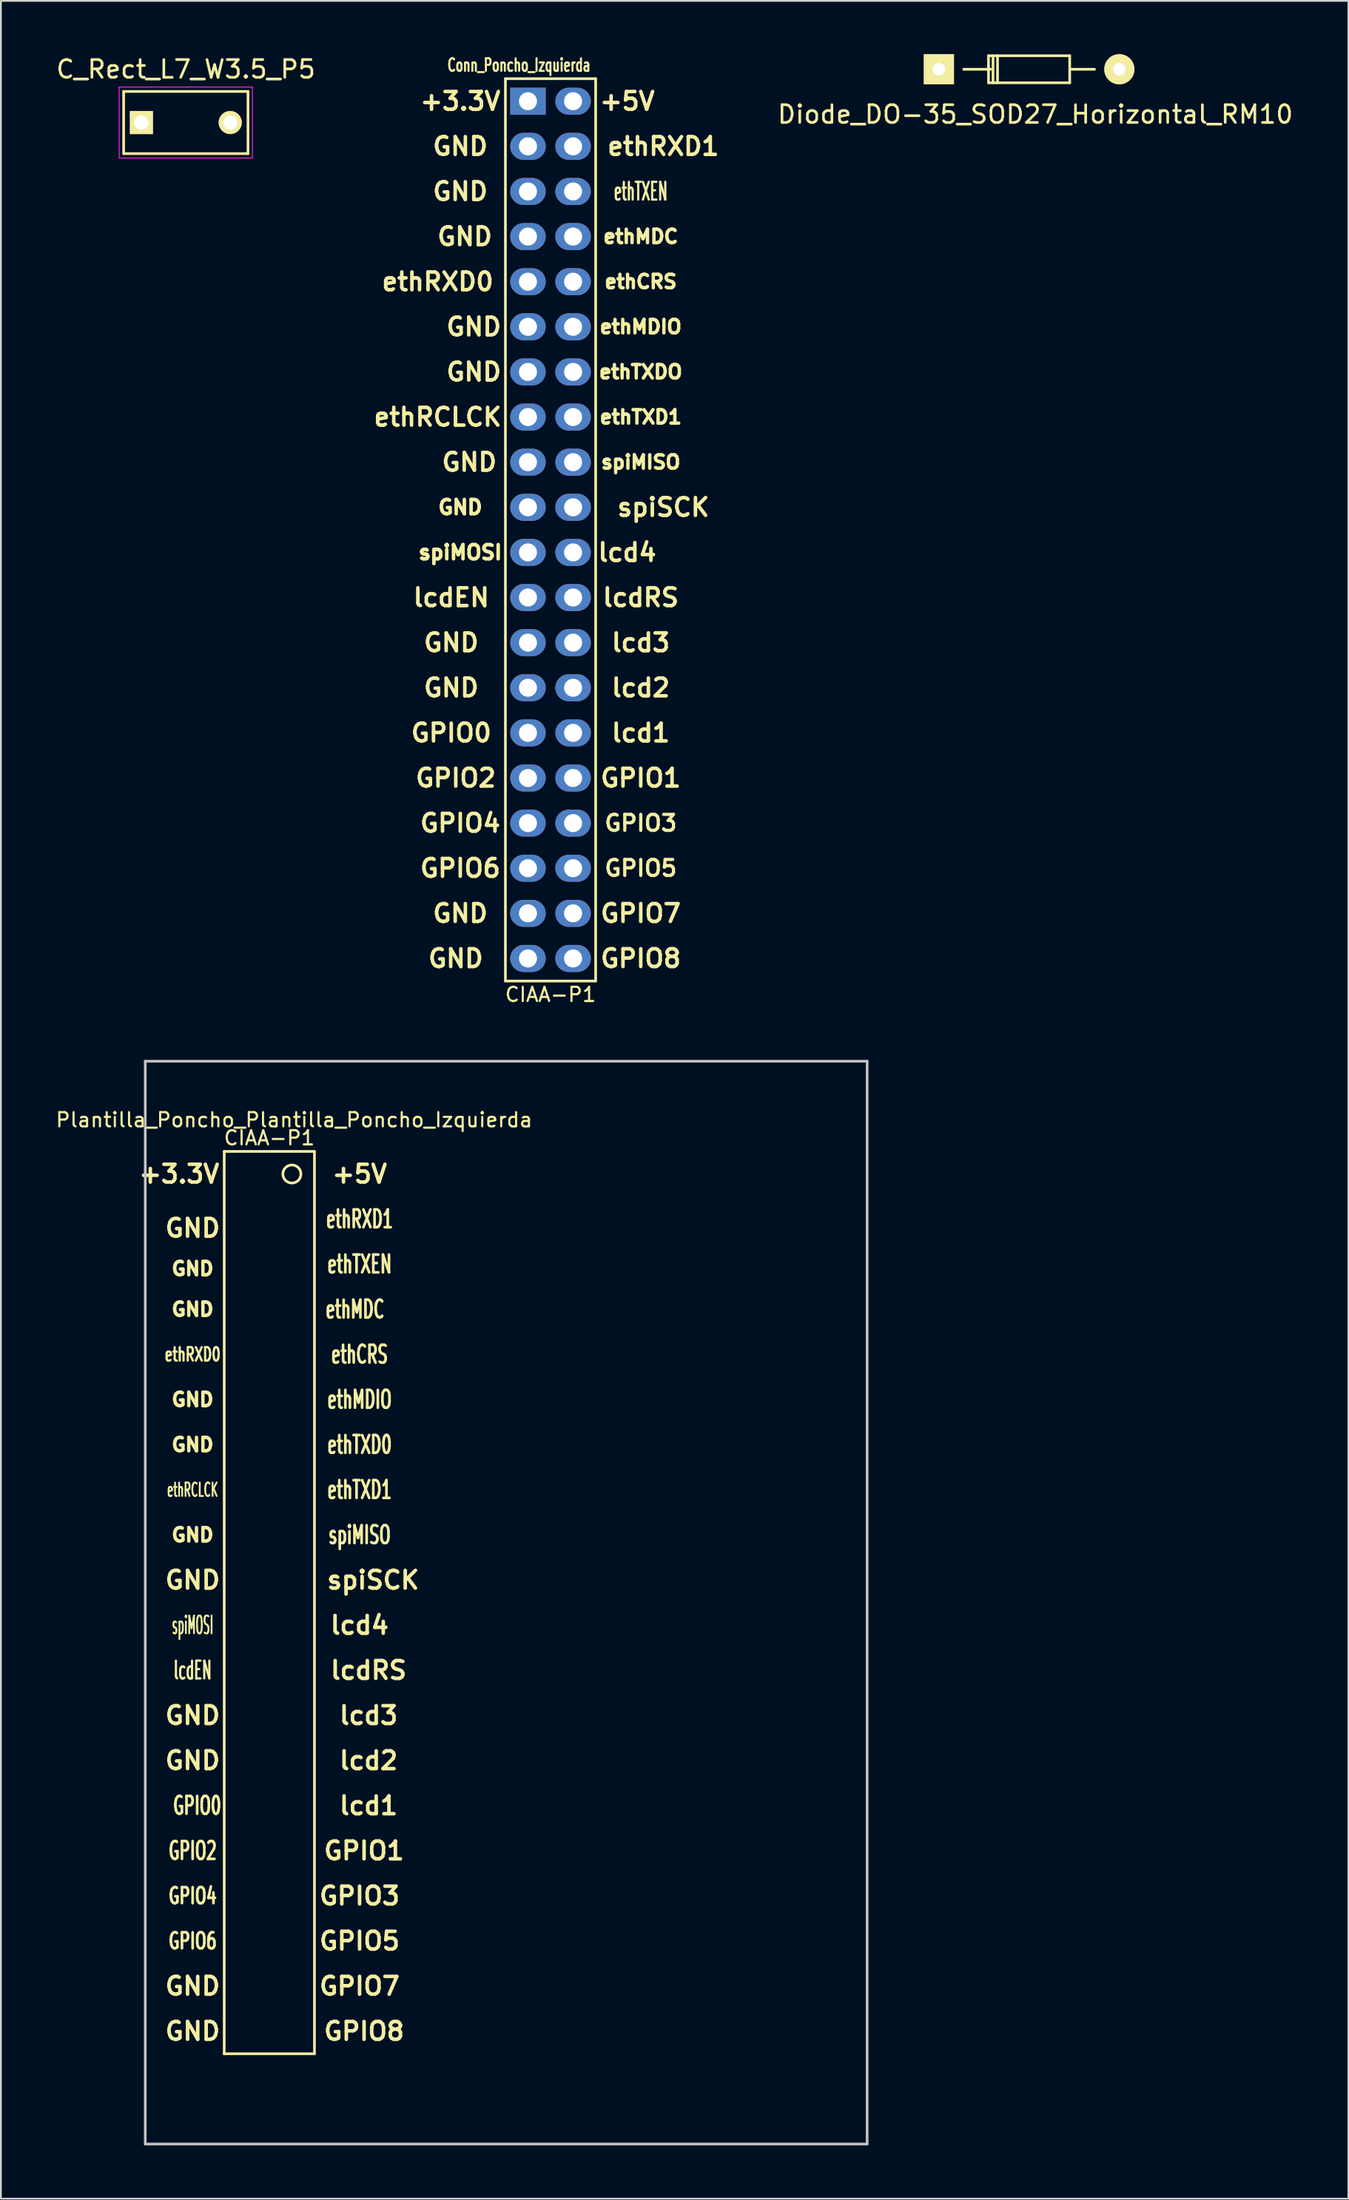
<source format=kicad_pcb>
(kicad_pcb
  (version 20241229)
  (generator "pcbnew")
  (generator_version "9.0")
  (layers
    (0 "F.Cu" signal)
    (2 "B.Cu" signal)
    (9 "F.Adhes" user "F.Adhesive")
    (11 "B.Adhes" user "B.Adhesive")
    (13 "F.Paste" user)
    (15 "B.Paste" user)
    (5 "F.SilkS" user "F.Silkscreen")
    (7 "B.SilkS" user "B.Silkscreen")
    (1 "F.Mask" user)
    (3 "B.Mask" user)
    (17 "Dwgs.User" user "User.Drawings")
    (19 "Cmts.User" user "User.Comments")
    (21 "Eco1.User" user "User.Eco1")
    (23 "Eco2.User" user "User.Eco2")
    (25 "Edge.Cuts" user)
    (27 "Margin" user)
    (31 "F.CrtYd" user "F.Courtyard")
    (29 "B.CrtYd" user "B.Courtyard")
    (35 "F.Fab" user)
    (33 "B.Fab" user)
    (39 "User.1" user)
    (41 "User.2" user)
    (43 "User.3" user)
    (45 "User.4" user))
  (footprint "Diode_DO-35_SOD27_Horizontal_RM10"
    (layer "F.Cu")
    (at 49.806 0.852)
    (property "Reference" "Diode_DO-35_SOD27_Horizontal_RM10" (at 5.431 2.537 0) (layer "F.SilkS") (effects (font (size 1 1) (thickness 0.15))))
    (attr through_hole)
    (fp_line (start 2.795 -0.765) (end 2.795 -0.003) (stroke (width 0.15) (type solid)) (layer "F.SilkS"))
    (fp_line (start 2.795 -0.003) (end 2.795 0.759) (stroke (width 0.15) (type solid)) (layer "F.SilkS"))
    (fp_line (start 2.795 0.759) (end 7.367 0.759) (stroke (width 0.15) (type solid)) (layer "F.SilkS"))
    (fp_line (start 2.922 -0.003) (end 1.398 -0.003) (stroke (width 0.15) (type solid)) (layer "F.SilkS"))
    (fp_line (start 3.049 -0.765) (end 3.049 0.759) (stroke (width 0.15) (type solid)) (layer "F.SilkS"))
    (fp_line (start 3.303 -0.765) (end 3.303 0.759) (stroke (width 0.15) (type solid)) (layer "F.SilkS"))
    (fp_line (start 7.367 -0.765) (end 2.795 -0.765) (stroke (width 0.15) (type solid)) (layer "F.SilkS"))
    (fp_line (start 7.367 -0.003) (end 8.764 -0.003) (stroke (width 0.15) (type solid)) (layer "F.SilkS"))
    (fp_line (start 7.367 0.759) (end 7.367 -0.765) (stroke (width 0.15) (type solid)) (layer "F.SilkS"))
    (pad "1" thru_hole rect (at 0.001 -0.003 180) (size 1.699 1.699) (drill 0.701) (layers "*.Cu" "*.Mask" "F.SilkS"))
    (pad "2" thru_hole circle (at 10.161 -0.003 180) (size 1.699 1.699) (drill 0.701) (layers "*.Cu" "*.Mask" "F.SilkS")))
  (footprint "Conn_Poncho_Izquierda"
    (layer "F.Cu")
    (at 26.673 2.649)
    (property "Reference" "Conn_Poncho_Izquierda" (at -0.508 -2.032 0) (layer "F.SilkS") (effects (font (size 0.711 0.457) (thickness 0.114))))
    (attr through_hole)
    (fp_line (start -1.27 49.53) (end -1.27 -1.27) (stroke (width 0.15) (type solid)) (layer "F.SilkS"))
    (fp_line (start 3.81 -1.27) (end -1.27 -1.27) (stroke (width 0.15) (type solid)) (layer "F.SilkS"))
    (fp_line (start 3.81 49.53) (end -1.27 49.53) (stroke (width 0.15) (type solid)) (layer "F.SilkS"))
    (fp_line (start 3.81 49.53) (end 3.81 -1.27) (stroke (width 0.15) (type solid)) (layer "F.SilkS"))
    (fp_text user "GND" (at -3.302 20.32 0) (layer "F.SilkS") (effects (font (size 1 1) (thickness 0.2))))
    (fp_text user "spiSCK" (at 7.62 22.86 0) (layer "F.SilkS") (effects (font (size 1 1) (thickness 0.2))))
    (fp_text user "ethMDC" (at 6.35 7.62 0) (layer "F.SilkS") (effects (font (size 0.76 0.76) (thickness 0.19))))
    (fp_text user "ethRCLCK" (at -5.08 17.78 0) (layer "F.SilkS") (effects (font (size 1 1) (thickness 0.2))))
    (fp_text user "ethCRS" (at 6.35 10.16 0) (layer "F.SilkS") (effects (font (size 0.76 0.76) (thickness 0.19))))
    (fp_text user "GND" (at -3.556 7.62 0) (layer "F.SilkS") (effects (font (size 1 1) (thickness 0.2))))
    (fp_text user "ethTXEN" (at 6.35 5.08 0) (layer "F.SilkS") (effects (font (size 1 0.5) (thickness 0.125))))
    (fp_text user "GND" (at -3.048 15.24 0) (layer "F.SilkS") (effects (font (size 1 1) (thickness 0.2))))
    (fp_text user "CIAA-P1" (at 1.27 50.292 0) (layer "F.SilkS") (effects (font (size 0.8 0.8) (thickness 0.12))))
    (fp_text user "lcdEN" (at -4.318 27.94 0) (layer "F.SilkS") (effects (font (size 1 1) (thickness 0.2))))
    (fp_text user "spiMISO" (at 6.35 20.32 0) (layer "F.SilkS") (effects (font (size 0.76 0.76) (thickness 0.19))))
    (fp_text user "+3.3V" (at -3.81 0 0) (layer "F.SilkS") (effects (font (size 1 1) (thickness 0.2))))
    (fp_text user "GPIO3" (at 6.35 40.64 0) (layer "F.SilkS") (effects (font (size 0.9 0.9) (thickness 0.18))))
    (fp_text user "ethTXDO" (at 6.35 15.24 0) (layer "F.SilkS") (effects (font (size 0.76 0.76) (thickness 0.19))))
    (fp_text user "GPIO1" (at 6.35 38.1 0) (layer "F.SilkS") (effects (font (size 1 1) (thickness 0.2))))
    (fp_text user "GND" (at -4.064 48.26 0) (layer "F.SilkS") (effects (font (size 1 1) (thickness 0.2))))
    (fp_text user "GPIO7" (at 6.35 45.72 0) (layer "F.SilkS") (effects (font (size 1 1) (thickness 0.2))))
    (fp_text user "+5V" (at 5.588 0 0) (layer "F.SilkS") (effects (font (size 1 1) (thickness 0.2))))
    (fp_text user "GND" (at -3.81 45.72 0) (layer "F.SilkS") (effects (font (size 1 1) (thickness 0.2))))
    (fp_text user "GPIO5" (at 6.35 43.18 0) (layer "F.SilkS") (effects (font (size 0.9 0.9) (thickness 0.18))))
    (fp_text user "GPIO6" (at -3.81 43.18 0) (layer "F.SilkS") (effects (font (size 1 1) (thickness 0.2))))
    (fp_text user "lcdRS" (at 6.35 27.94 0) (layer "F.SilkS") (effects (font (size 1 1) (thickness 0.2))))
    (fp_text user "ethMDIO" (at 6.35 12.7 0) (layer "F.SilkS") (effects (font (size 0.76 0.76) (thickness 0.19))))
    (fp_text user "GND" (at -4.318 33.02 0) (layer "F.SilkS") (effects (font (size 1 1) (thickness 0.2))))
    (fp_text user "ethRXD1" (at 7.62 2.54 0) (layer "F.SilkS") (effects (font (size 1 1) (thickness 0.2))))
    (fp_text user "lcd1" (at 6.35 35.56 0) (layer "F.SilkS") (effects (font (size 1 1) (thickness 0.2))))
    (fp_text user "GND" (at -3.81 22.86 0) (layer "F.SilkS") (effects (font (size 0.8 0.8) (thickness 0.2))))
    (fp_text user "spiMOSI" (at -3.81 25.4 0) (layer "F.SilkS") (effects (font (size 0.8 0.8) (thickness 0.2))))
    (fp_text user "GND" (at -3.048 12.7 0) (layer "F.SilkS") (effects (font (size 1 1) (thickness 0.2))))
    (fp_text user "GND" (at -3.81 5.08 0) (layer "F.SilkS") (effects (font (size 1 1) (thickness 0.2))))
    (fp_text user "ethRXD0" (at -5.08 10.16 0) (layer "F.SilkS") (effects (font (size 1 1) (thickness 0.2))))
    (fp_text user "GPIO2" (at -4.064 38.1 0) (layer "F.SilkS") (effects (font (size 1 1) (thickness 0.2))))
    (fp_text user "GPIO0" (at -4.318 35.56 0) (layer "F.SilkS") (effects (font (size 1 1) (thickness 0.2))))
    (fp_text user "GND" (at -4.318 30.48 0) (layer "F.SilkS") (effects (font (size 1 1) (thickness 0.2))))
    (fp_text user "GPIO4" (at -3.81 40.64 0) (layer "F.SilkS") (effects (font (size 1 1) (thickness 0.2))))
    (fp_text user "lcd2" (at 6.35 33.02 0) (layer "F.SilkS") (effects (font (size 1 1) (thickness 0.2))))
    (fp_text user "lcd4" (at 5.588 25.4 0) (layer "F.SilkS") (effects (font (size 1 1) (thickness 0.2))))
    (fp_text user "GPIO8" (at 6.35 48.26 0) (layer "F.SilkS") (effects (font (size 1 1) (thickness 0.2))))
    (fp_text user "lcd3" (at 6.35 30.48 0) (layer "F.SilkS") (effects (font (size 1 1) (thickness 0.2))))
    (fp_text user "GND" (at -3.81 2.54 0) (layer "F.SilkS") (effects (font (size 1 1) (thickness 0.2))))
    (fp_text user "ethTXD1" (at 6.35 17.78 0) (layer "F.SilkS") (effects (font (size 0.76 0.76) (thickness 0.19))))
    (pad "1" thru_hole rect (at 0 0 270) (size 1.524 2) (drill 1.016) (layers "*.Cu" "*.Mask"))
    (pad "2" thru_hole oval (at 2.54 0 270) (size 1.524 2) (drill 1.016) (layers "*.Cu" "*.Mask"))
    (pad "3" thru_hole oval (at 0 2.54 270) (size 1.524 2) (drill 1.016) (layers "*.Cu" "*.Mask"))
    (pad "4" thru_hole oval (at 2.54 2.54 270) (size 1.524 2) (drill 1.016) (layers "*.Cu" "*.Mask"))
    (pad "5" thru_hole oval (at 0 5.08 270) (size 1.524 2) (drill 1.016) (layers "*.Cu" "*.Mask"))
    (pad "6" thru_hole oval (at 2.54 5.08 270) (size 1.524 2) (drill 1.016) (layers "*.Cu" "*.Mask"))
    (pad "7" thru_hole oval (at 0 7.62 270) (size 1.524 2) (drill 1.016) (layers "*.Cu" "*.Mask"))
    (pad "8" thru_hole oval (at 2.54 7.62 270) (size 1.524 2) (drill 1.016) (layers "*.Cu" "*.Mask"))
    (pad "9" thru_hole oval (at 0 10.16 270) (size 1.524 2) (drill 1.016) (layers "*.Cu" "*.Mask"))
    (pad "10" thru_hole oval (at 2.54 10.16 270) (size 1.524 2) (drill 1.016) (layers "*.Cu" "*.Mask"))
    (pad "11" thru_hole oval (at 0 12.7 270) (size 1.524 2) (drill 1.016) (layers "*.Cu" "*.Mask"))
    (pad "12" thru_hole oval (at 2.54 12.7 270) (size 1.524 2) (drill 1.016) (layers "*.Cu" "*.Mask"))
    (pad "13" thru_hole oval (at 0 15.24 270) (size 1.524 2) (drill 1.016) (layers "*.Cu" "*.Mask"))
    (pad "14" thru_hole oval (at 2.54 15.24 270) (size 1.524 2) (drill 1.016) (layers "*.Cu" "*.Mask"))
    (pad "15" thru_hole oval (at 0 17.78 270) (size 1.524 2) (drill 1.016) (layers "*.Cu" "*.Mask"))
    (pad "16" thru_hole oval (at 2.54 17.78 270) (size 1.524 2) (drill 1.016) (layers "*.Cu" "*.Mask"))
    (pad "17" thru_hole oval (at 0 20.32 270) (size 1.524 2) (drill 1.016) (layers "*.Cu" "*.Mask"))
    (pad "18" thru_hole oval (at 2.54 20.32 270) (size 1.524 2) (drill 1.016) (layers "*.Cu" "*.Mask"))
    (pad "19" thru_hole oval (at 0 22.86 270) (size 1.524 2) (drill 1.016) (layers "*.Cu" "*.Mask"))
    (pad "20" thru_hole oval (at 2.54 22.86 270) (size 1.524 2) (drill 1.016) (layers "*.Cu" "*.Mask"))
    (pad "21" thru_hole oval (at 0 25.4 270) (size 1.524 2) (drill 1.016) (layers "*.Cu" "*.Mask"))
    (pad "22" thru_hole oval (at 2.54 25.4 270) (size 1.524 2) (drill 1.016) (layers "*.Cu" "*.Mask"))
    (pad "23" thru_hole oval (at 0 27.94 270) (size 1.524 2) (drill 1.016) (layers "*.Cu" "*.Mask"))
    (pad "24" thru_hole oval (at 2.54 27.94 270) (size 1.524 2) (drill 1.016) (layers "*.Cu" "*.Mask"))
    (pad "25" thru_hole oval (at 0 30.48 270) (size 1.524 2) (drill 1.016) (layers "*.Cu" "*.Mask"))
    (pad "26" thru_hole oval (at 2.54 30.48 270) (size 1.524 2) (drill 1.016) (layers "*.Cu" "*.Mask"))
    (pad "27" thru_hole oval (at 0 33.02 270) (size 1.524 2) (drill 1.016) (layers "*.Cu" "*.Mask"))
    (pad "28" thru_hole oval (at 2.54 33.02 270) (size 1.524 2) (drill 1.016) (layers "*.Cu" "*.Mask"))
    (pad "29" thru_hole oval (at 0 35.56 270) (size 1.524 2) (drill 1.016) (layers "*.Cu" "*.Mask"))
    (pad "30" thru_hole oval (at 2.54 35.56 270) (size 1.524 2) (drill 1.016) (layers "*.Cu" "*.Mask"))
    (pad "31" thru_hole oval (at 0 38.1 270) (size 1.524 2) (drill 1.016) (layers "*.Cu" "*.Mask"))
    (pad "32" thru_hole oval (at 2.54 38.1 270) (size 1.524 2) (drill 1.016) (layers "*.Cu" "*.Mask"))
    (pad "33" thru_hole oval (at 0 40.64 270) (size 1.524 2) (drill 1.016) (layers "*.Cu" "*.Mask"))
    (pad "34" thru_hole oval (at 2.54 40.64 270) (size 1.524 2) (drill 1.016) (layers "*.Cu" "*.Mask"))
    (pad "35" thru_hole oval (at 0 43.18 270) (size 1.524 2) (drill 1.016) (layers "*.Cu" "*.Mask"))
    (pad "36" thru_hole oval (at 2.54 43.18 270) (size 1.524 2) (drill 1.016) (layers "*.Cu" "*.Mask"))
    (pad "37" thru_hole oval (at 0 45.72 270) (size 1.524 2) (drill 1.016) (layers "*.Cu" "*.Mask"))
    (pad "38" thru_hole oval (at 2.54 45.72 270) (size 1.524 2) (drill 1.016) (layers "*.Cu" "*.Mask"))
    (pad "39" thru_hole oval (at 0 48.26 270) (size 1.524 2) (drill 1.016) (layers "*.Cu" "*.Mask"))
    (pad "40" thru_hole oval (at 2.54 48.26 270) (size 1.524 2) (drill 1.016) (layers "*.Cu" "*.Mask")))
  (footprint "Plantilla_Poncho_Plantilla_Poncho_Izquierda"
    (layer "F.Cu")
    (at 12.113 65.584)
    (property "Reference" "Plantilla_Poncho_Plantilla_Poncho_Izquierda" (at 1.397 -5.588 0) (layer "F.SilkS") (effects (font (size 0.8 0.8) (thickness 0.12))))
    (attr through_hole)
    (fp_line (start -2.54 -3.81) (end 2.54 -3.81) (stroke (width 0.15) (type solid)) (layer "F.SilkS"))
    (fp_line (start -2.54 46.99) (end -2.54 -3.81) (stroke (width 0.15) (type solid)) (layer "F.SilkS"))
    (fp_line (start -2.54 46.99) (end 2.54 46.99) (stroke (width 0.15) (type solid)) (layer "F.SilkS"))
    (fp_line (start 2.54 46.99) (end 2.54 -3.81) (stroke (width 0.15) (type solid)) (layer "F.SilkS"))
    (fp_circle (center 1.27 -2.54) (end 0.762 -2.54) (stroke (width 0.15) (type solid)) (fill no) (layer "F.SilkS"))
    (fp_line (start -6.985 52.07) (end -6.985 -8.89) (stroke (width 0.15) (type solid)) (layer "Dwgs.User"))
    (fp_line (start 33.655 -8.89) (end -6.985 -8.89) (stroke (width 0.15) (type solid)) (layer "Dwgs.User"))
    (fp_line (start 33.655 52.07) (end -6.985 52.07) (stroke (width 0.15) (type solid)) (layer "Dwgs.User"))
    (fp_line (start 33.655 52.07) (end 33.655 -8.89) (stroke (width 0.15) (type solid)) (layer "Dwgs.User"))
    (fp_text user "GND" (at -4.318 17.78 0) (layer "F.SilkS") (effects (font (size 0.76 0.76) (thickness 0.19))))
    (fp_text user "lcd4" (at 5.08 22.86 0) (layer "F.SilkS") (effects (font (size 1 1) (thickness 0.2))))
    (fp_text user "+3.3V" (at -5.08 -2.54 0) (layer "F.SilkS") (effects (font (size 1 1) (thickness 0.2))))
    (fp_text user "GND" (at -4.318 20.32 0) (layer "F.SilkS") (effects (font (size 1 1) (thickness 0.2))))
    (fp_text user "ethRXD1" (at 5.08 0 0) (layer "F.SilkS") (effects (font (size 1 0.6) (thickness 0.15))))
    (fp_text user "GPIO4" (at -4.318 38.1 0) (layer "F.SilkS") (effects (font (size 0.9 0.6) (thickness 0.15))))
    (fp_text user "spiSCK" (at 5.842 20.32 0) (layer "F.SilkS") (effects (font (size 1 1) (thickness 0.2))))
    (fp_text user "GND" (at -4.318 43.18 0) (layer "F.SilkS") (effects (font (size 1 1) (thickness 0.2))))
    (fp_text user "+5V" (at 5.08 -2.54 0) (layer "F.SilkS") (effects (font (size 1 1) (thickness 0.2))))
    (fp_text user "ethTXEN" (at 5.08 2.54 0) (layer "F.SilkS") (effects (font (size 1 0.6) (thickness 0.15))))
    (fp_text user "CIAA-P1" (at 0 -4.572 0) (layer "F.SilkS") (effects (font (size 0.8 0.8) (thickness 0.12))))
    (fp_text user "GND" (at -4.318 27.94 0) (layer "F.SilkS") (effects (font (size 1 1) (thickness 0.2))))
    (fp_text user "GPIO6" (at -4.318 40.64 0) (layer "F.SilkS") (effects (font (size 0.9 0.6) (thickness 0.15))))
    (fp_text user "GND" (at -4.318 10.16 0) (layer "F.SilkS") (effects (font (size 0.76 0.76) (thickness 0.19))))
    (fp_text user "ethMDC" (at 4.826 5.08 0) (layer "F.SilkS") (effects (font (size 1 0.6) (thickness 0.15))))
    (fp_text user "ethTXD0" (at 5.08 12.7 0) (layer "F.SilkS") (effects (font (size 1 0.6) (thickness 0.15))))
    (fp_text user "GND" (at -4.318 5.08 0) (layer "F.SilkS") (effects (font (size 0.76 0.76) (thickness 0.19))))
    (fp_text user "GPIO0" (at -4.064 33.02 0) (layer "F.SilkS") (effects (font (size 1 0.6) (thickness 0.15))))
    (fp_text user "lcd1" (at 5.588 33.02 0) (layer "F.SilkS") (effects (font (size 1 1) (thickness 0.2))))
    (fp_text user "GND" (at -4.318 45.72 0) (layer "F.SilkS") (effects (font (size 1 1) (thickness 0.2))))
    (fp_text user "GND" (at -4.318 12.7 0) (layer "F.SilkS") (effects (font (size 0.76 0.76) (thickness 0.19))))
    (fp_text user "lcdRS" (at 5.588 25.4 0) (layer "F.SilkS") (effects (font (size 1 1) (thickness 0.2))))
    (fp_text user "GPIO1" (at 5.334 35.56 0) (layer "F.SilkS") (effects (font (size 1 1) (thickness 0.2))))
    (fp_text user "GPIO2" (at -4.318 35.56 0) (layer "F.SilkS") (effects (font (size 1 0.6) (thickness 0.15))))
    (fp_text user "GPIO5" (at 5.08 40.64 0) (layer "F.SilkS") (effects (font (size 1 1) (thickness 0.2))))
    (fp_text user "ethMDIO" (at 5.08 10.16 0) (layer "F.SilkS") (effects (font (size 1 0.6) (thickness 0.15))))
    (fp_text user "GPIO7" (at 5.08 43.18 0) (layer "F.SilkS") (effects (font (size 1 1) (thickness 0.2))))
    (fp_text user "lcdEN" (at -4.318 25.4 0) (layer "F.SilkS") (effects (font (size 1 0.5) (thickness 0.125))))
    (fp_text user "ethRCLCK" (at -4.318 15.24 0) (layer "F.SilkS") (effects (font (size 0.76 0.4) (thickness 0.1))))
    (fp_text user "lcd3" (at 5.588 27.94 0) (layer "F.SilkS") (effects (font (size 1 1) (thickness 0.2))))
    (fp_text user "GPIO8" (at 5.334 45.72 0) (layer "F.SilkS") (effects (font (size 1 1) (thickness 0.2))))
    (fp_text user "ethCRS" (at 5.08 7.62 0) (layer "F.SilkS") (effects (font (size 1 0.6) (thickness 0.15))))
    (fp_text user "ethRXD0" (at -4.318 7.62 0) (layer "F.SilkS") (effects (font (size 0.76 0.5) (thickness 0.125))))
    (fp_text user "spiMOSI" (at -4.318 22.86 0) (layer "F.SilkS") (effects (font (size 1 0.4) (thickness 0.1))))
    (fp_text user "spiMISO" (at 5.08 17.78 0) (layer "F.SilkS") (effects (font (size 1 0.6) (thickness 0.15))))
    (fp_text user "GPIO3" (at 5.08 38.1 0) (layer "F.SilkS") (effects (font (size 1 1) (thickness 0.2))))
    (fp_text user "lcd2" (at 5.588 30.48 0) (layer "F.SilkS") (effects (font (size 1 1) (thickness 0.2))))
    (fp_text user "GND" (at -4.318 0.508 0) (layer "F.SilkS") (effects (font (size 1 1) (thickness 0.2))))
    (fp_text user "GND" (at -4.318 30.48 0) (layer "F.SilkS") (effects (font (size 1 1) (thickness 0.2))))
    (fp_text user "ethTXD1" (at 5.08 15.24 0) (layer "F.SilkS") (effects (font (size 1 0.6) (thickness 0.15))))
    (fp_text user "GND" (at -4.318 2.794 0) (layer "F.SilkS") (effects (font (size 0.76 0.76) (thickness 0.19)))))
  (footprint "C_Rect_L7_W3.5_P5"
    (layer "F.Cu")
    (at 4.911 3.848)
    (property "Reference" "C_Rect_L7_W3.5_P5" (at 2.5 -3 0) (layer "F.SilkS") (effects (font (size 1 1) (thickness 0.15))))
    (attr through_hole)
    (fp_line (start -1 -1.75) (end 6 -1.75) (stroke (width 0.15) (type solid)) (layer "F.SilkS"))
    (fp_line (start -1 1.75) (end -1 -1.75) (stroke (width 0.15) (type solid)) (layer "F.SilkS"))
    (fp_line (start 6 -1.75) (end 6 1.75) (stroke (width 0.15) (type solid)) (layer "F.SilkS"))
    (fp_line (start 6 1.75) (end -1 1.75) (stroke (width 0.15) (type solid)) (layer "F.SilkS"))
    (fp_line (start -1.25 -2) (end 6.25 -2) (stroke (width 0.05) (type solid)) (layer "F.CrtYd"))
    (fp_line (start -1.25 2) (end -1.25 -2) (stroke (width 0.05) (type solid)) (layer "F.CrtYd"))
    (fp_line (start 6.25 -2) (end 6.25 2) (stroke (width 0.05) (type solid)) (layer "F.CrtYd"))
    (fp_line (start 6.25 2) (end -1.25 2) (stroke (width 0.05) (type solid)) (layer "F.CrtYd"))
    (pad "1" thru_hole rect (at 0 0) (size 1.3 1.3) (drill 0.8) (layers "*.Cu" "*.Mask" "F.SilkS"))
    (pad "2" thru_hole circle (at 5 0) (size 1.3 1.3) (drill 0.8) (layers "*.Cu" "*.Mask" "F.SilkS")))
  (gr_rect
    (start -3 -3)
    (end 72.862 120.729)
    (stroke (width 0.1) (type default))
    (fill no)
    (layer "Edge.Cuts")))
</source>
